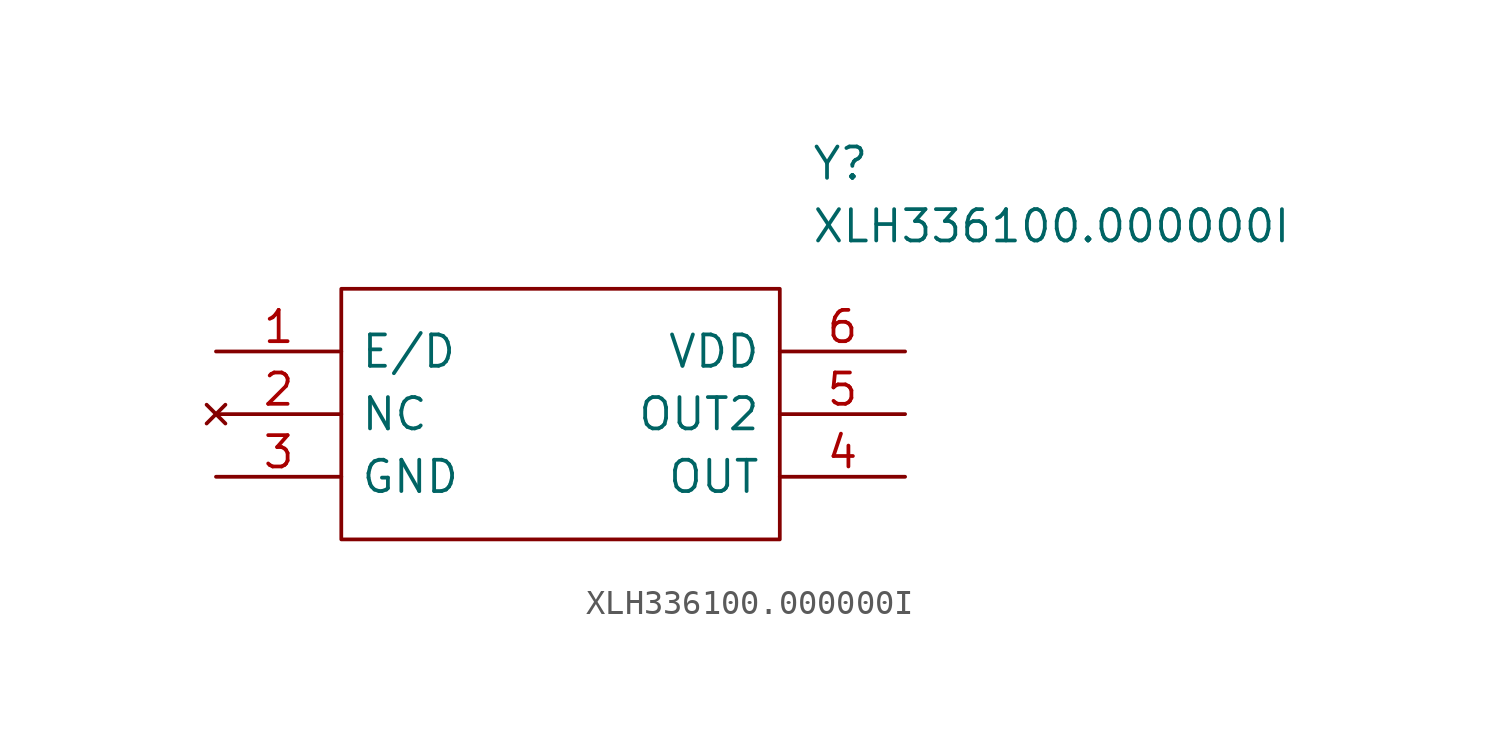
<source format=kicad_sym>
(kicad_symbol_lib
  (version 20211014)
  (generator kicad_symbol_editor)
  (symbol "XLH336100.000000I"
    (pin_names
      (offset 0.762))
    (property "Reference" "Y"
      (at 24.13 7.62 0)
      (effects (font (size 1.27 1.27)) (justify left)))
    (property "Value" "XLH336100.000000I"
      (at 24.13 5.08 0)
      (effects (font (size 1.27 1.27)) (justify left)))
    (symbol "XLH336100.000000I_0_0"
      (pin passive line (at 0 0 0) (length 5.08) (name "E/D" (effects (font (size 1.27 1.27)))) (number "1" (effects (font (size 1.27 1.27)))))
      (pin no_connect line (at 0 -2.54 0) (length 5.08) (name "NC" (effects (font (size 1.27 1.27)))) (number "2" (effects (font (size 1.27 1.27)))))
      (pin passive line (at 0 -5.08 0) (length 5.08) (name "GND" (effects (font (size 1.27 1.27)))) (number "3" (effects (font (size 1.27 1.27)))))
      (pin passive line (at 27.94 -5.08 180) (length 5.08) (name "OUT" (effects (font (size 1.27 1.27)))) (number "4" (effects (font (size 1.27 1.27)))))
      (pin passive line (at 27.94 -2.54 180) (length 5.08) (name "OUT2" (effects (font (size 1.27 1.27)))) (number "5" (effects (font (size 1.27 1.27)))))
      (pin passive line (at 27.94 0 180) (length 5.08) (name "VDD" (effects (font (size 1.27 1.27)))) (number "6" (effects (font (size 1.27 1.27))))))
    (symbol "XLH336100.000000I_0_1"
      (polyline (pts (xy 5.08 2.54) (xy 22.86 2.54) (xy 22.86 -7.62) (xy 5.08 -7.62) (xy 5.08 2.54)) (stroke (width 0.152) (type default) (color 0 0 0 0)) (fill (type none))))))
</source>
